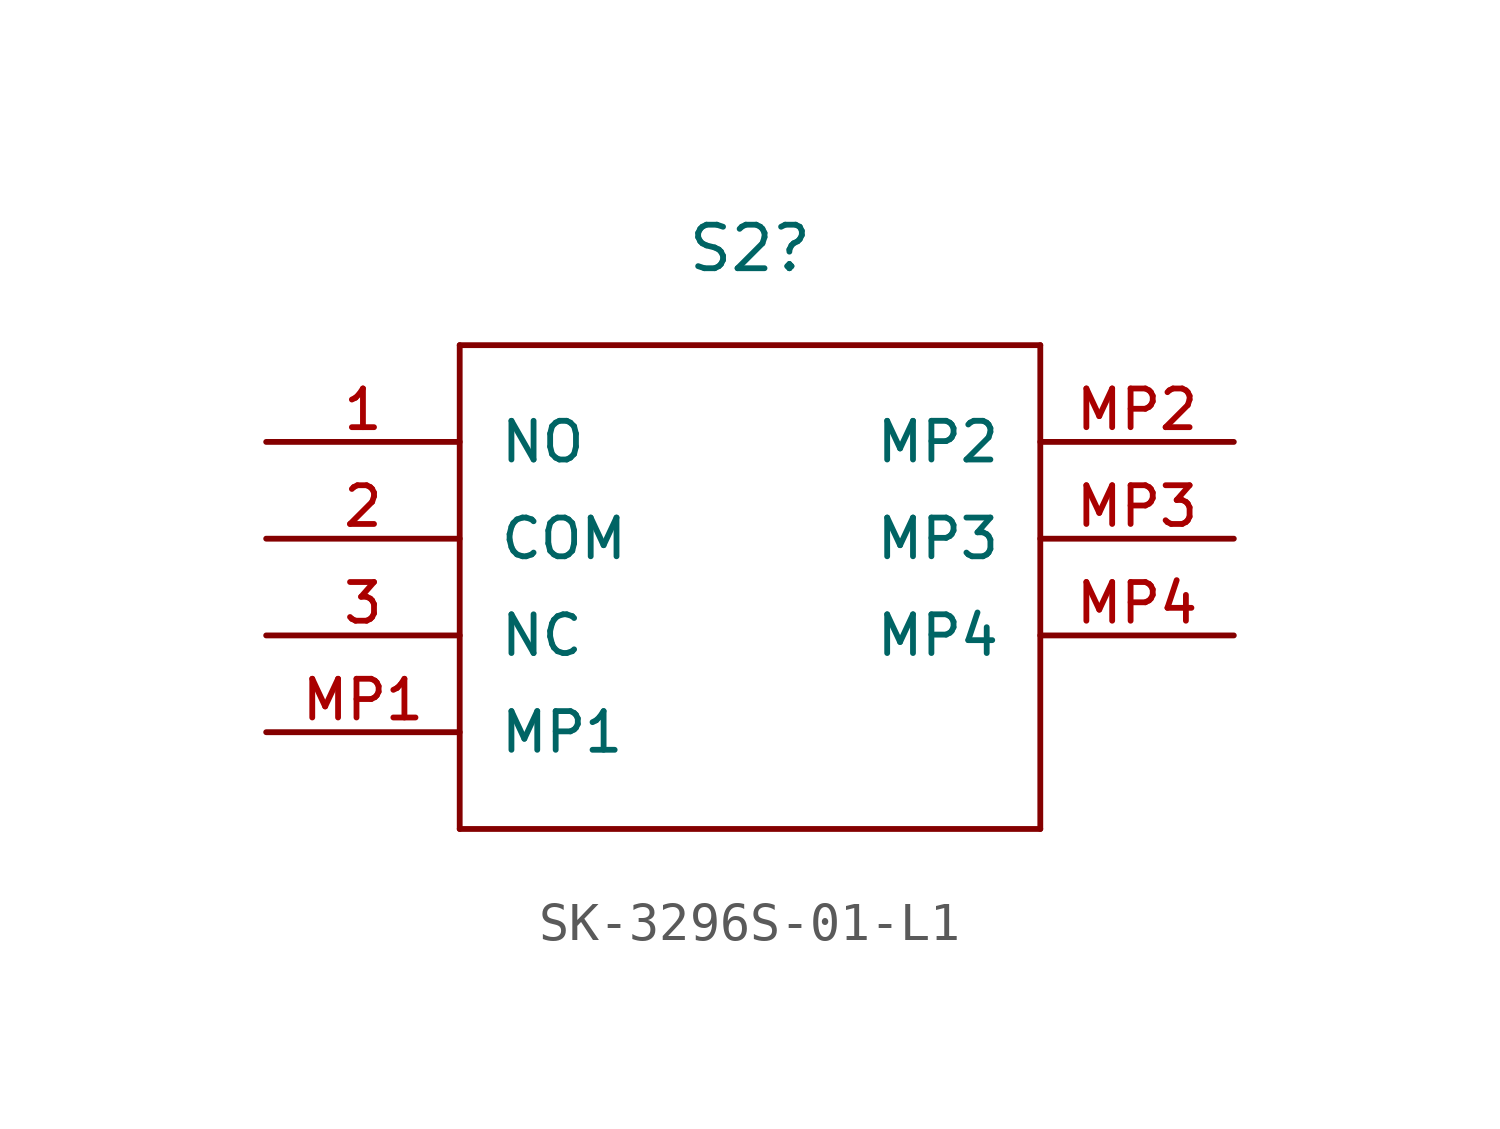
<source format=kicad_sym>
(kicad_symbol_lib
  (version 20231120)
  (generator "kicad_symbol_editor")
  (generator_version "8.0")
  (symbol "SK-3296S-01-L1"
    (pin_names
      (offset 1.016))
    (property "Reference" "S2"
      (at 12.7 5.08 0)
      (effects (font (size 1.143 1.143))))
    (symbol "SK-3296S-01-L1_1_0"
      (polyline (pts (xy 5.08 2.54) (xy 5.08 -10.16)) (stroke (width 0) (type default)) (fill (type none)))
      (polyline (pts (xy 5.08 2.54) (xy 20.32 2.54)) (stroke (width 0) (type default)) (fill (type none)))
      (polyline (pts (xy 20.32 -10.16) (xy 5.08 -10.16)) (stroke (width 0) (type default)) (fill (type none)))
      (polyline (pts (xy 20.32 -10.16) (xy 20.32 2.54)) (stroke (width 0) (type default)) (fill (type none))))
    (symbol "SK-3296S-01-L1_1_1"
      (pin bidirectional line (at 0 0 0) (length 5.08) (name "NO" (effects (font (size 1.016 1.016)))) (number "1" (effects (font (size 1.016 1.016)))))
      (pin bidirectional line (at 0 -2.54 0) (length 5.08) (name "COM" (effects (font (size 1.016 1.016)))) (number "2" (effects (font (size 1.016 1.016)))))
      (pin unspecified line (at 0 -5.08 0) (length 5.08) (name "NC" (effects (font (size 1.016 1.016)))) (number "3" (effects (font (size 1.016 1.016)))))
      (pin bidirectional line (at 0 -7.62 0) (length 5.08) (name "MP1" (effects (font (size 1.016 1.016)))) (number "MP1" (effects (font (size 1.016 1.016)))))
      (pin bidirectional line (at 25.4 0 180) (length 5.08) (name "MP2" (effects (font (size 1.016 1.016)))) (number "MP2" (effects (font (size 1.016 1.016)))))
      (pin bidirectional line (at 25.4 -2.54 180) (length 5.08) (name "MP3" (effects (font (size 1.016 1.016)))) (number "MP3" (effects (font (size 1.016 1.016)))))
      (pin bidirectional line (at 25.4 -5.08 180) (length 5.08) (name "MP4" (effects (font (size 1.016 1.016)))) (number "MP4" (effects (font (size 1.016 1.016))))))))
</source>
